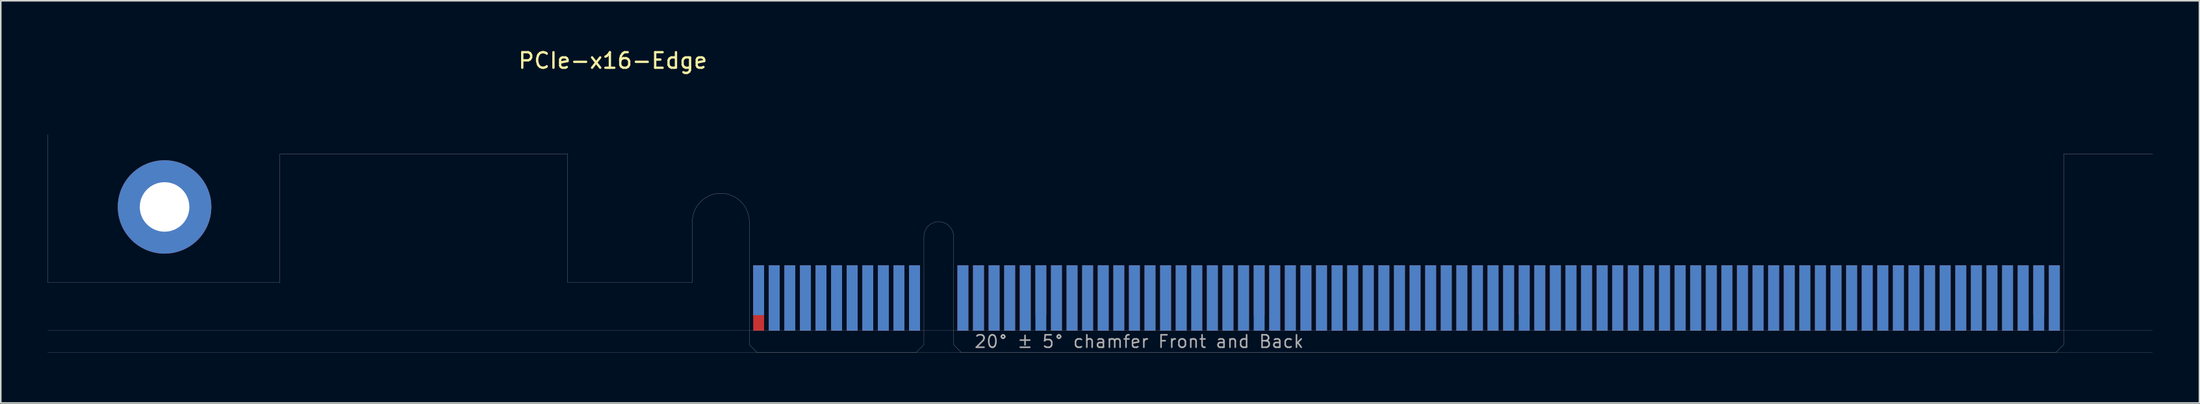
<source format=kicad_pcb>
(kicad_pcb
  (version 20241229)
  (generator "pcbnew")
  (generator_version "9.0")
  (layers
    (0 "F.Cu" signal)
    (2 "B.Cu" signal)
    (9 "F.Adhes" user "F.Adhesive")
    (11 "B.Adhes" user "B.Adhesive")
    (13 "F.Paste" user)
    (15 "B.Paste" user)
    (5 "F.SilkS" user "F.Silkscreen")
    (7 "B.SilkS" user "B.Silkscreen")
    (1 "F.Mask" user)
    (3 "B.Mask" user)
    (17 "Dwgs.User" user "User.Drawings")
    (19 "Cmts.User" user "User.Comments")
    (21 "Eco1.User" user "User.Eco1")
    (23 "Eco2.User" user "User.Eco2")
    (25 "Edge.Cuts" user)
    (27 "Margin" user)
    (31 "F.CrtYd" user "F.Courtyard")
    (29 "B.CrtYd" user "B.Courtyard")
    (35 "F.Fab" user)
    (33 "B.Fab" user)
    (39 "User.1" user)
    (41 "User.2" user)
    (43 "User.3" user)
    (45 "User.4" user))
  (footprint "PCIe-x16-Edge"
    (layer "F.Cu")
    (at 45.005 19.598)
    (property "Reference" "PCIe-x16-Edge" (at -8.75 -18.75 0) (layer "F.SilkS") (effects (font (size 1 1) (thickness 0.15))))
    (attr smd)
    (fp_poly (pts (xy -3.65 -4.5) (xy -11.65 -4.5) (xy -11.65 -7.95) (xy -3.65 -7.95)) (stroke (width 0.1) (type solid)) (fill yes) (layer "F.Mask"))
    (fp_poly (pts (xy 11.2 -5.45) (xy 0 -5.45) (xy 0 0) (xy 11.2 0)) (stroke (width 0.1) (type solid)) (fill yes) (layer "F.Mask"))
    (fp_poly (pts (xy 84.3 -5.45) (xy 13.1 -5.45) (xy 13.1 0) (xy 84.3 0)) (stroke (width 0.1) (type solid)) (fill yes) (layer "F.Mask"))
    (fp_poly (pts (xy -3.65 -7.95) (xy -11.65 -7.95) (xy -11.65 -4.5) (xy -3.65 -4.5)) (stroke (width 0.1) (type solid)) (fill yes) (layer "B.Mask"))
    (fp_poly (pts (xy 11.2 0) (xy 0 0) (xy 0 -5.45) (xy 11.2 -5.45)) (stroke (width 0.1) (type solid)) (fill yes) (layer "B.Mask"))
    (fp_poly (pts (xy 84.3 -5.45) (xy 13.1 -5.45) (xy 13.1 0) (xy 84.3 0)) (stroke (width 0.1) (type solid)) (fill yes) (layer "B.Mask"))
    (fp_line (start -45 -4.5) (end -45 -14) (stroke (width 0.01) (type solid)) (layer "Edge.Cuts"))
    (fp_line (start -30.1 -12.75) (end -30.1 -4.5) (stroke (width 0.01) (type solid)) (layer "Edge.Cuts"))
    (fp_line (start -30.1 -4.5) (end -45 -4.5) (stroke (width 0.01) (type solid)) (layer "Edge.Cuts"))
    (fp_line (start -11.65 -12.75) (end -30.1 -12.75) (stroke (width 0.01) (type solid)) (layer "Edge.Cuts"))
    (fp_line (start -11.65 -4.5) (end -11.65 -12.75) (stroke (width 0.01) (type solid)) (layer "Edge.Cuts"))
    (fp_line (start -3.65 -4.5) (end -11.65 -4.5) (stroke (width 0.01) (type solid)) (layer "Edge.Cuts"))
    (fp_line (start -3.65 -4.5) (end -3.65 -8.4) (stroke (width 0.01) (type solid)) (layer "Edge.Cuts"))
    (fp_line (start 0 -0.5) (end 0 -8.4) (stroke (width 0.01) (type solid)) (layer "Edge.Cuts"))
    (fp_line (start 0.5 0) (end 0 -0.5) (stroke (width 0.01) (type solid)) (layer "Edge.Cuts"))
    (fp_line (start 0.5 0) (end 10.7 0) (stroke (width 0.01) (type solid)) (layer "Edge.Cuts"))
    (fp_line (start 10.7 0) (end 11.2 -0.5) (stroke (width 0.01) (type solid)) (layer "Edge.Cuts"))
    (fp_line (start 11.2 -0.5) (end 11.2 -7.45) (stroke (width 0.01) (type solid)) (layer "Edge.Cuts"))
    (fp_line (start 13.1 -0.5) (end 13.1 -7.45) (stroke (width 0.01) (type solid)) (layer "Edge.Cuts"))
    (fp_line (start 13.6 0) (end 13.1 -0.5) (stroke (width 0.01) (type solid)) (layer "Edge.Cuts"))
    (fp_line (start 83.8 0) (end 13.6 0) (stroke (width 0.01) (type solid)) (layer "Edge.Cuts"))
    (fp_line (start 83.8 0) (end 84.3 -0.5) (stroke (width 0.01) (type solid)) (layer "Edge.Cuts"))
    (fp_line (start 84.3 -12.75) (end 90 -12.75) (stroke (width 0.01) (type solid)) (layer "Edge.Cuts"))
    (fp_line (start 84.3 -0.5) (end 84.3 -12.75) (stroke (width 0.01) (type solid)) (layer "Edge.Cuts"))
    (fp_arc (start -3.65 -8.4) (mid -1.825 -10.225) (end 0 -8.4) (stroke (width 0.01) (type solid)) (layer "Edge.Cuts"))
    (fp_arc (start 11.2 -7.45) (mid 12.15 -8.4) (end 13.1 -7.45) (stroke (width 0.01) (type solid)) (layer "Edge.Cuts"))
    (fp_line (start -45 -1.4) (end 90 -1.4) (stroke (width 0.01) (type solid)) (layer "F.Fab"))
    (fp_line (start -45 0) (end 90 0) (stroke (width 0.01) (type solid)) (layer "F.Fab"))
    (fp_text user "20° ± 5° chamfer Front and Back" (at 25 -0.7 0) (layer "F.Fab") (effects (font (size 0.8 0.8) (thickness 0.1))))
    (pad "A1" smd rect (at 0.6 -4) (size 0.7 3.2) (layers "B.Cu"))
    (pad "A2" smd rect (at 1.6 -3.5) (size 0.7 4.2) (layers "B.Cu"))
    (pad "A3" smd rect (at 2.6 -3.5) (size 0.7 4.2) (layers "B.Cu"))
    (pad "A4" smd rect (at 3.6 -3.5) (size 0.7 4.2) (layers "B.Cu"))
    (pad "A5" smd rect (at 4.6 -3.5) (size 0.7 4.2) (layers "B.Cu"))
    (pad "A6" smd rect (at 5.6 -3.5) (size 0.7 4.2) (layers "B.Cu"))
    (pad "A7" smd rect (at 6.6 -3.5) (size 0.7 4.2) (layers "B.Cu"))
    (pad "A8" smd rect (at 7.6 -3.5) (size 0.7 4.2) (layers "B.Cu"))
    (pad "A9" smd rect (at 8.6 -3.5) (size 0.7 4.2) (layers "B.Cu"))
    (pad "A10" smd rect (at 9.6 -3.5) (size 0.7 4.2) (layers "B.Cu"))
    (pad "A11" smd rect (at 10.6 -3.5) (size 0.7 4.2) (layers "B.Cu"))
    (pad "A12" smd rect (at 13.7 -3.5) (size 0.7 4.2) (layers "B.Cu"))
    (pad "A13" smd rect (at 14.7 -3.5) (size 0.7 4.2) (layers "B.Cu"))
    (pad "A14" smd rect (at 15.7 -3.5) (size 0.7 4.2) (layers "B.Cu"))
    (pad "A15" smd rect (at 16.7 -3.5) (size 0.7 4.2) (layers "B.Cu"))
    (pad "A16" smd rect (at 17.7 -3.5) (size 0.7 4.2) (layers "B.Cu"))
    (pad "A17" smd rect (at 18.7 -3.5) (size 0.7 4.2) (layers "B.Cu"))
    (pad "A18" smd rect (at 19.7 -3.5) (size 0.7 4.2) (layers "B.Cu"))
    (pad "A19" smd rect (at 20.7 -3.5) (size 0.7 4.2) (layers "B.Cu"))
    (pad "A20" smd rect (at 21.7 -3.5) (size 0.7 4.2) (layers "B.Cu"))
    (pad "A21" smd rect (at 22.7 -3.5) (size 0.7 4.2) (layers "B.Cu"))
    (pad "A22" smd rect (at 23.7 -3.5) (size 0.7 4.2) (layers "B.Cu"))
    (pad "A23" smd rect (at 24.7 -3.5) (size 0.7 4.2) (layers "B.Cu"))
    (pad "A24" smd rect (at 25.7 -3.5) (size 0.7 4.2) (layers "B.Cu"))
    (pad "A25" smd rect (at 26.7 -3.5) (size 0.7 4.2) (layers "B.Cu"))
    (pad "A26" smd rect (at 27.7 -3.5) (size 0.7 4.2) (layers "B.Cu"))
    (pad "A27" smd rect (at 28.7 -3.5) (size 0.7 4.2) (layers "B.Cu"))
    (pad "A28" smd rect (at 29.7 -3.5) (size 0.7 4.2) (layers "B.Cu"))
    (pad "A29" smd rect (at 30.7 -3.5) (size 0.7 4.2) (layers "B.Cu"))
    (pad "A30" smd rect (at 31.7 -3.5) (size 0.7 4.2) (layers "B.Cu"))
    (pad "A31" smd rect (at 32.7 -3.5) (size 0.7 4.2) (layers "B.Cu"))
    (pad "A32" smd rect (at 33.7 -3.5) (size 0.7 4.2) (layers "B.Cu"))
    (pad "A33" smd rect (at 34.7 -3.5) (size 0.7 4.2) (layers "B.Cu"))
    (pad "A34" smd rect (at 35.7 -3.5) (size 0.7 4.2) (layers "B.Cu"))
    (pad "A35" smd rect (at 36.7 -3.5) (size 0.7 4.2) (layers "B.Cu"))
    (pad "A36" smd rect (at 37.7 -3.5) (size 0.7 4.2) (layers "B.Cu"))
    (pad "A37" smd rect (at 38.7 -3.5) (size 0.7 4.2) (layers "B.Cu"))
    (pad "A38" smd rect (at 39.7 -3.5) (size 0.7 4.2) (layers "B.Cu"))
    (pad "A39" smd rect (at 40.7 -3.5) (size 0.7 4.2) (layers "B.Cu"))
    (pad "A40" smd rect (at 41.7 -3.5) (size 0.7 4.2) (layers "B.Cu"))
    (pad "A41" smd rect (at 42.7 -3.5) (size 0.7 4.2) (layers "B.Cu"))
    (pad "A42" smd rect (at 43.7 -3.5) (size 0.7 4.2) (layers "B.Cu"))
    (pad "A43" smd rect (at 44.7 -3.5) (size 0.7 4.2) (layers "B.Cu"))
    (pad "A44" smd rect (at 45.7 -3.5) (size 0.7 4.2) (layers "B.Cu"))
    (pad "A45" smd rect (at 46.7 -3.5) (size 0.7 4.2) (layers "B.Cu"))
    (pad "A46" smd rect (at 47.7 -3.5) (size 0.7 4.2) (layers "B.Cu"))
    (pad "A47" smd rect (at 48.7 -3.5) (size 0.7 4.2) (layers "B.Cu"))
    (pad "A48" smd rect (at 49.7 -3.5) (size 0.7 4.2) (layers "B.Cu"))
    (pad "A49" smd rect (at 50.7 -3.5) (size 0.7 4.2) (layers "B.Cu"))
    (pad "A50" smd rect (at 51.7 -3.5) (size 0.7 4.2) (layers "B.Cu"))
    (pad "A51" smd rect (at 52.7 -3.5) (size 0.7 4.2) (layers "B.Cu"))
    (pad "A52" smd rect (at 53.7 -3.5) (size 0.7 4.2) (layers "B.Cu"))
    (pad "A53" smd rect (at 54.7 -3.5) (size 0.7 4.2) (layers "B.Cu"))
    (pad "A54" smd rect (at 55.7 -3.5) (size 0.7 4.2) (layers "B.Cu"))
    (pad "A55" smd rect (at 56.7 -3.5) (size 0.7 4.2) (layers "B.Cu"))
    (pad "A56" smd rect (at 57.7 -3.5) (size 0.7 4.2) (layers "B.Cu"))
    (pad "A57" smd rect (at 58.7 -3.5) (size 0.7 4.2) (layers "B.Cu"))
    (pad "A58" smd rect (at 59.7 -3.5) (size 0.7 4.2) (layers "B.Cu"))
    (pad "A59" smd rect (at 60.7 -3.5) (size 0.7 4.2) (layers "B.Cu"))
    (pad "A60" smd rect (at 61.7 -3.5) (size 0.7 4.2) (layers "B.Cu"))
    (pad "A61" smd rect (at 62.7 -3.5) (size 0.7 4.2) (layers "B.Cu"))
    (pad "A62" smd rect (at 63.7 -3.5) (size 0.7 4.2) (layers "B.Cu"))
    (pad "A63" smd rect (at 64.7 -3.5) (size 0.7 4.2) (layers "B.Cu"))
    (pad "A64" smd rect (at 65.7 -3.5) (size 0.7 4.2) (layers "B.Cu"))
    (pad "A65" smd rect (at 66.7 -3.5) (size 0.7 4.2) (layers "B.Cu"))
    (pad "A66" smd rect (at 67.7 -3.5) (size 0.7 4.2) (layers "B.Cu"))
    (pad "A67" smd rect (at 68.7 -3.5) (size 0.7 4.2) (layers "B.Cu"))
    (pad "A68" smd rect (at 69.7 -3.5) (size 0.7 4.2) (layers "B.Cu"))
    (pad "A69" smd rect (at 70.7 -3.5) (size 0.7 4.2) (layers "B.Cu"))
    (pad "A70" smd rect (at 71.7 -3.5) (size 0.7 4.2) (layers "B.Cu"))
    (pad "A71" smd rect (at 72.7 -3.5) (size 0.7 4.2) (layers "B.Cu"))
    (pad "A72" smd rect (at 73.7 -3.5) (size 0.7 4.2) (layers "B.Cu"))
    (pad "A73" smd rect (at 74.7 -3.5) (size 0.7 4.2) (layers "B.Cu"))
    (pad "A74" smd rect (at 75.7 -3.5) (size 0.7 4.2) (layers "B.Cu"))
    (pad "A75" smd rect (at 76.7 -3.5) (size 0.7 4.2) (layers "B.Cu"))
    (pad "A76" smd rect (at 77.7 -3.5) (size 0.7 4.2) (layers "B.Cu"))
    (pad "A77" smd rect (at 78.7 -3.5) (size 0.7 4.2) (layers "B.Cu"))
    (pad "A78" smd rect (at 79.7 -3.5) (size 0.7 4.2) (layers "B.Cu"))
    (pad "A79" smd rect (at 80.7 -3.5) (size 0.7 4.2) (layers "B.Cu"))
    (pad "A80" smd rect (at 81.7 -3.5) (size 0.7 4.2) (layers "B.Cu"))
    (pad "A81" smd rect (at 82.7 -3.5) (size 0.7 4.2) (layers "B.Cu"))
    (pad "A82" smd rect (at 83.7 -3.5) (size 0.7 4.2) (layers "B.Cu"))
    (pad "B1" smd rect (at 0.6 -3.5) (size 0.7 4.2) (layers "F.Cu"))
    (pad "B2" smd rect (at 1.6 -3.5) (size 0.7 4.2) (layers "F.Cu"))
    (pad "B3" smd rect (at 2.6 -3.5) (size 0.7 4.2) (layers "F.Cu"))
    (pad "B4" smd rect (at 3.6 -3.5) (size 0.7 4.2) (layers "F.Cu"))
    (pad "B5" smd rect (at 4.6 -3.5) (size 0.7 4.2) (layers "F.Cu"))
    (pad "B6" smd rect (at 5.6 -3.5) (size 0.7 4.2) (layers "F.Cu"))
    (pad "B7" smd rect (at 6.6 -3.5) (size 0.7 4.2) (layers "F.Cu"))
    (pad "B8" smd rect (at 7.6 -3.5) (size 0.7 4.2) (layers "F.Cu"))
    (pad "B9" smd rect (at 8.6 -3.5) (size 0.7 4.2) (layers "F.Cu"))
    (pad "B10" smd rect (at 9.6 -3.5) (size 0.7 4.2) (layers "F.Cu"))
    (pad "B11" smd rect (at 10.6 -3.5) (size 0.7 4.2) (layers "F.Cu"))
    (pad "B12" smd rect (at 13.7 -3.5) (size 0.7 4.2) (layers "F.Cu"))
    (pad "B13" smd rect (at 14.7 -3.5) (size 0.7 4.2) (layers "F.Cu"))
    (pad "B14" smd rect (at 15.7 -3.5) (size 0.7 4.2) (layers "F.Cu"))
    (pad "B15" smd rect (at 16.7 -3.5) (size 0.7 4.2) (layers "F.Cu"))
    (pad "B16" smd rect (at 17.7 -3.5) (size 0.7 4.2) (layers "F.Cu"))
    (pad "B17" smd rect (at 18.7 -4) (size 0.7 3.2) (layers "F.Cu"))
    (pad "B18" smd rect (at 19.7 -3.5) (size 0.7 4.2) (layers "F.Cu"))
    (pad "B19" smd rect (at 20.7 -3.5) (size 0.7 4.2) (layers "F.Cu"))
    (pad "B20" smd rect (at 21.7 -3.5) (size 0.7 4.2) (layers "F.Cu"))
    (pad "B21" smd rect (at 22.7 -3.5) (size 0.7 4.2) (layers "F.Cu"))
    (pad "B22" smd rect (at 23.7 -3.5) (size 0.7 4.2) (layers "F.Cu"))
    (pad "B23" smd rect (at 24.7 -3.5) (size 0.7 4.2) (layers "F.Cu"))
    (pad "B24" smd rect (at 25.7 -3.5) (size 0.7 4.2) (layers "F.Cu"))
    (pad "B25" smd rect (at 26.7 -3.5) (size 0.7 4.2) (layers "F.Cu"))
    (pad "B26" smd rect (at 27.7 -3.5) (size 0.7 4.2) (layers "F.Cu"))
    (pad "B27" smd rect (at 28.7 -3.5) (size 0.7 4.2) (layers "F.Cu"))
    (pad "B28" smd rect (at 29.7 -3.5) (size 0.7 4.2) (layers "F.Cu"))
    (pad "B29" smd rect (at 30.7 -3.5) (size 0.7 4.2) (layers "F.Cu"))
    (pad "B30" smd rect (at 31.7 -3.5) (size 0.7 4.2) (layers "F.Cu"))
    (pad "B31" smd rect (at 32.7 -4) (size 0.7 3.2) (layers "F.Cu"))
    (pad "B32" smd rect (at 33.7 -3.5) (size 0.7 4.2) (layers "F.Cu"))
    (pad "B33" smd rect (at 34.7 -3.5) (size 0.7 4.2) (layers "F.Cu"))
    (pad "B34" smd rect (at 35.7 -3.5) (size 0.7 4.2) (layers "F.Cu"))
    (pad "B35" smd rect (at 36.7 -3.5) (size 0.7 4.2) (layers "F.Cu"))
    (pad "B36" smd rect (at 37.7 -3.5) (size 0.7 4.2) (layers "F.Cu"))
    (pad "B37" smd rect (at 38.7 -3.5) (size 0.7 4.2) (layers "F.Cu"))
    (pad "B38" smd rect (at 39.7 -3.5) (size 0.7 4.2) (layers "F.Cu"))
    (pad "B39" smd rect (at 40.7 -3.5) (size 0.7 4.2) (layers "F.Cu"))
    (pad "B40" smd rect (at 41.7 -3.5) (size 0.7 4.2) (layers "F.Cu"))
    (pad "B41" smd rect (at 42.7 -3.5) (size 0.7 4.2) (layers "F.Cu"))
    (pad "B42" smd rect (at 43.7 -3.5) (size 0.7 4.2) (layers "F.Cu"))
    (pad "B43" smd rect (at 44.7 -3.5) (size 0.7 4.2) (layers "F.Cu"))
    (pad "B44" smd rect (at 45.7 -3.5) (size 0.7 4.2) (layers "F.Cu"))
    (pad "B45" smd rect (at 46.7 -3.5) (size 0.7 4.2) (layers "F.Cu"))
    (pad "B46" smd rect (at 47.7 -3.5) (size 0.7 4.2) (layers "F.Cu"))
    (pad "B47" smd rect (at 48.7 -3.5) (size 0.7 4.2) (layers "F.Cu"))
    (pad "B48" smd rect (at 49.7 -4) (size 0.7 3.2) (layers "F.Cu"))
    (pad "B49" smd rect (at 50.7 -3.5) (size 0.7 4.2) (layers "F.Cu"))
    (pad "B50" smd rect (at 51.7 -3.5) (size 0.7 4.2) (layers "F.Cu"))
    (pad "B51" smd rect (at 52.7 -3.5) (size 0.7 4.2) (layers "F.Cu"))
    (pad "B52" smd rect (at 53.7 -3.5) (size 0.7 4.2) (layers "F.Cu"))
    (pad "B53" smd rect (at 54.7 -3.5) (size 0.7 4.2) (layers "F.Cu"))
    (pad "B54" smd rect (at 55.7 -3.5) (size 0.7 4.2) (layers "F.Cu"))
    (pad "B55" smd rect (at 56.7 -3.5) (size 0.7 4.2) (layers "F.Cu"))
    (pad "B56" smd rect (at 57.7 -3.5) (size 0.7 4.2) (layers "F.Cu"))
    (pad "B57" smd rect (at 58.7 -3.5) (size 0.7 4.2) (layers "F.Cu"))
    (pad "B58" smd rect (at 59.7 -3.5) (size 0.7 4.2) (layers "F.Cu"))
    (pad "B59" smd rect (at 60.7 -3.5) (size 0.7 4.2) (layers "F.Cu"))
    (pad "B60" smd rect (at 61.7 -3.5) (size 0.7 4.2) (layers "F.Cu"))
    (pad "B61" smd rect (at 62.7 -3.5) (size 0.7 4.2) (layers "F.Cu"))
    (pad "B62" smd rect (at 63.7 -3.5) (size 0.7 4.2) (layers "F.Cu"))
    (pad "B63" smd rect (at 64.7 -3.5) (size 0.7 4.2) (layers "F.Cu"))
    (pad "B64" smd rect (at 65.7 -3.5) (size 0.7 4.2) (layers "F.Cu"))
    (pad "B65" smd rect (at 66.7 -3.5) (size 0.7 4.2) (layers "F.Cu"))
    (pad "B66" smd rect (at 67.7 -3.5) (size 0.7 4.2) (layers "F.Cu"))
    (pad "B67" smd rect (at 68.7 -3.5) (size 0.7 4.2) (layers "F.Cu"))
    (pad "B68" smd rect (at 69.7 -3.5) (size 0.7 4.2) (layers "F.Cu"))
    (pad "B69" smd rect (at 70.7 -3.5) (size 0.7 4.2) (layers "F.Cu"))
    (pad "B70" smd rect (at 71.7 -3.5) (size 0.7 4.2) (layers "F.Cu"))
    (pad "B71" smd rect (at 72.7 -3.5) (size 0.7 4.2) (layers "F.Cu"))
    (pad "B72" smd rect (at 73.7 -3.5) (size 0.7 4.2) (layers "F.Cu"))
    (pad "B73" smd rect (at 74.7 -3.5) (size 0.7 4.2) (layers "F.Cu"))
    (pad "B74" smd rect (at 75.7 -3.5) (size 0.7 4.2) (layers "F.Cu"))
    (pad "B75" smd rect (at 76.7 -3.5) (size 0.7 4.2) (layers "F.Cu"))
    (pad "B76" smd rect (at 77.7 -3.5) (size 0.7 4.2) (layers "F.Cu"))
    (pad "B77" smd rect (at 78.7 -3.5) (size 0.7 4.2) (layers "F.Cu"))
    (pad "B78" smd rect (at 79.7 -3.5) (size 0.7 4.2) (layers "F.Cu"))
    (pad "B79" smd rect (at 80.7 -3.5) (size 0.7 4.2) (layers "F.Cu"))
    (pad "B80" smd rect (at 81.7 -3.5) (size 0.7 4.2) (layers "F.Cu"))
    (pad "B81" smd rect (at 82.7 -4) (size 0.7 3.2) (layers "F.Cu"))
    (pad "B82" smd rect (at 83.7 -3.5) (size 0.7 4.2) (layers "F.Cu"))
    (pad "G1" thru_hole circle (at -37.5 -9.35) (size 6 6) (drill 3.18) (layers "*.Cu" "*.Mask")))
  (gr_rect
    (start -3 -3)
    (end 138.01 22.848)
    (stroke (width 0.1) (type default))
    (fill no)
    (layer "Edge.Cuts")))
</source>
